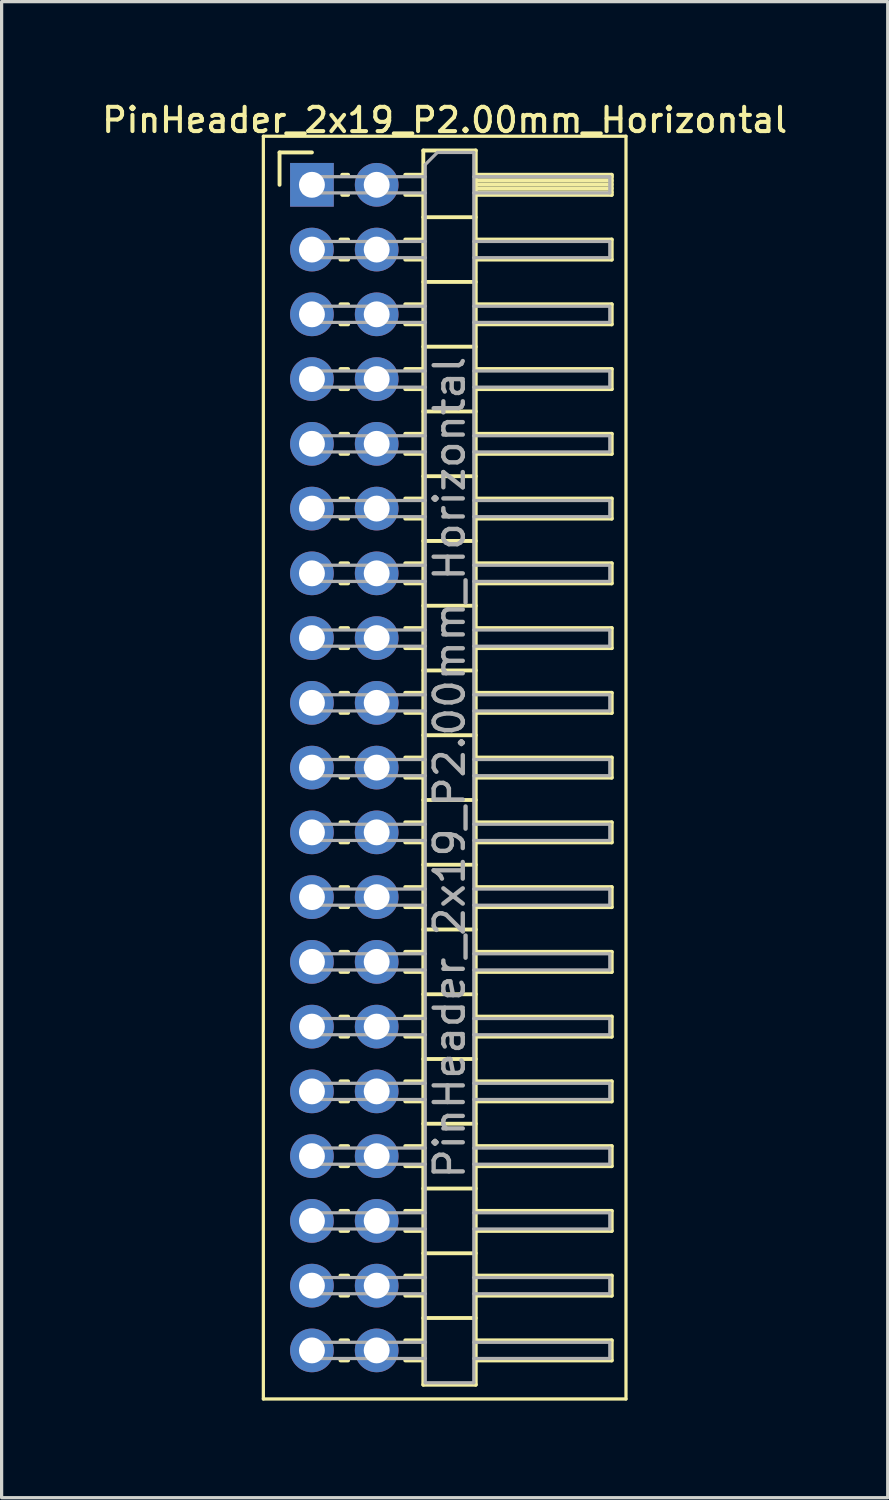
<source format=kicad_pcb>
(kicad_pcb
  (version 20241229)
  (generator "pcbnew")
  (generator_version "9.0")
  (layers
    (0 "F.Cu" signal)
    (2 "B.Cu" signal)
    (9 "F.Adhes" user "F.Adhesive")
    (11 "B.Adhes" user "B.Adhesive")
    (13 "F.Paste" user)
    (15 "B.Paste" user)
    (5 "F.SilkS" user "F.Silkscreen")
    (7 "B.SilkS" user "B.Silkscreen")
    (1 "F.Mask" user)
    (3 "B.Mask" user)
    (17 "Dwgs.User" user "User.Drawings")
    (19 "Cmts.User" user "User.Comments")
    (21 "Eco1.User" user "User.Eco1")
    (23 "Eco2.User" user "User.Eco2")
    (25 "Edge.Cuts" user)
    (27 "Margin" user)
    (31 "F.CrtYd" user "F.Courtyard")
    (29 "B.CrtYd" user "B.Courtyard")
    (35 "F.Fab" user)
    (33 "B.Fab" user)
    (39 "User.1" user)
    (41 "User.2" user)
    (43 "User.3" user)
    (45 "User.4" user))
  (footprint "PinHeader_2x19_P2.00mm_Horizontal"
    (layer "F.Cu")
    (at 6.584 2.658)
    (property "Reference" "PinHeader_2x19_P2.00mm_Horizontal" (at 4.1 -2 0) (layer "F.SilkS") (effects (font (size 0.75 0.75) (thickness 0.125))))
    (attr through_hole)
    (fp_line (start -1.5 -1.5) (end -1.5 37.5) (stroke (width 0.1) (type solid)) (layer "F.SilkS"))
    (fp_line (start -1.5 37.5) (end 9.7 37.5) (stroke (width 0.1) (type solid)) (layer "F.SilkS"))
    (fp_line (start -1 -1) (end 0 -1) (stroke (width 0.12) (type solid)) (layer "F.SilkS"))
    (fp_line (start -1 0) (end -1 -1) (stroke (width 0.12) (type solid)) (layer "F.SilkS"))
    (fp_line (start 0.882 1.69) (end 1.118 1.69) (stroke (width 0.12) (type solid)) (layer "F.SilkS"))
    (fp_line (start 0.882 2.31) (end 1.118 2.31) (stroke (width 0.12) (type solid)) (layer "F.SilkS"))
    (fp_line (start 0.882 3.69) (end 1.118 3.69) (stroke (width 0.12) (type solid)) (layer "F.SilkS"))
    (fp_line (start 0.882 4.31) (end 1.118 4.31) (stroke (width 0.12) (type solid)) (layer "F.SilkS"))
    (fp_line (start 0.882 5.69) (end 1.118 5.69) (stroke (width 0.12) (type solid)) (layer "F.SilkS"))
    (fp_line (start 0.882 6.31) (end 1.118 6.31) (stroke (width 0.12) (type solid)) (layer "F.SilkS"))
    (fp_line (start 0.882 7.69) (end 1.118 7.69) (stroke (width 0.12) (type solid)) (layer "F.SilkS"))
    (fp_line (start 0.882 8.31) (end 1.118 8.31) (stroke (width 0.12) (type solid)) (layer "F.SilkS"))
    (fp_line (start 0.882 9.69) (end 1.118 9.69) (stroke (width 0.12) (type solid)) (layer "F.SilkS"))
    (fp_line (start 0.882 10.31) (end 1.118 10.31) (stroke (width 0.12) (type solid)) (layer "F.SilkS"))
    (fp_line (start 0.882 11.69) (end 1.118 11.69) (stroke (width 0.12) (type solid)) (layer "F.SilkS"))
    (fp_line (start 0.882 12.31) (end 1.118 12.31) (stroke (width 0.12) (type solid)) (layer "F.SilkS"))
    (fp_line (start 0.882 13.69) (end 1.118 13.69) (stroke (width 0.12) (type solid)) (layer "F.SilkS"))
    (fp_line (start 0.882 14.31) (end 1.118 14.31) (stroke (width 0.12) (type solid)) (layer "F.SilkS"))
    (fp_line (start 0.882 15.69) (end 1.118 15.69) (stroke (width 0.12) (type solid)) (layer "F.SilkS"))
    (fp_line (start 0.882 16.31) (end 1.118 16.31) (stroke (width 0.12) (type solid)) (layer "F.SilkS"))
    (fp_line (start 0.882 17.69) (end 1.118 17.69) (stroke (width 0.12) (type solid)) (layer "F.SilkS"))
    (fp_line (start 0.882 18.31) (end 1.118 18.31) (stroke (width 0.12) (type solid)) (layer "F.SilkS"))
    (fp_line (start 0.882 19.69) (end 1.118 19.69) (stroke (width 0.12) (type solid)) (layer "F.SilkS"))
    (fp_line (start 0.882 20.31) (end 1.118 20.31) (stroke (width 0.12) (type solid)) (layer "F.SilkS"))
    (fp_line (start 0.882 21.69) (end 1.118 21.69) (stroke (width 0.12) (type solid)) (layer "F.SilkS"))
    (fp_line (start 0.882 22.31) (end 1.118 22.31) (stroke (width 0.12) (type solid)) (layer "F.SilkS"))
    (fp_line (start 0.882 23.69) (end 1.118 23.69) (stroke (width 0.12) (type solid)) (layer "F.SilkS"))
    (fp_line (start 0.882 24.31) (end 1.118 24.31) (stroke (width 0.12) (type solid)) (layer "F.SilkS"))
    (fp_line (start 0.882 25.69) (end 1.118 25.69) (stroke (width 0.12) (type solid)) (layer "F.SilkS"))
    (fp_line (start 0.882 26.31) (end 1.118 26.31) (stroke (width 0.12) (type solid)) (layer "F.SilkS"))
    (fp_line (start 0.882 27.69) (end 1.118 27.69) (stroke (width 0.12) (type solid)) (layer "F.SilkS"))
    (fp_line (start 0.882 28.31) (end 1.118 28.31) (stroke (width 0.12) (type solid)) (layer "F.SilkS"))
    (fp_line (start 0.882 29.69) (end 1.118 29.69) (stroke (width 0.12) (type solid)) (layer "F.SilkS"))
    (fp_line (start 0.882 30.31) (end 1.118 30.31) (stroke (width 0.12) (type solid)) (layer "F.SilkS"))
    (fp_line (start 0.882 31.69) (end 1.118 31.69) (stroke (width 0.12) (type solid)) (layer "F.SilkS"))
    (fp_line (start 0.882 32.31) (end 1.118 32.31) (stroke (width 0.12) (type solid)) (layer "F.SilkS"))
    (fp_line (start 0.882 33.69) (end 1.118 33.69) (stroke (width 0.12) (type solid)) (layer "F.SilkS"))
    (fp_line (start 0.882 34.31) (end 1.118 34.31) (stroke (width 0.12) (type solid)) (layer "F.SilkS"))
    (fp_line (start 0.882 35.69) (end 1.118 35.69) (stroke (width 0.12) (type solid)) (layer "F.SilkS"))
    (fp_line (start 0.882 36.31) (end 1.118 36.31) (stroke (width 0.12) (type solid)) (layer "F.SilkS"))
    (fp_line (start 0.935 -0.31) (end 1.118 -0.31) (stroke (width 0.12) (type solid)) (layer "F.SilkS"))
    (fp_line (start 0.935 0.31) (end 1.118 0.31) (stroke (width 0.12) (type solid)) (layer "F.SilkS"))
    (fp_line (start 2.882 -0.31) (end 3.44 -0.31) (stroke (width 0.12) (type solid)) (layer "F.SilkS"))
    (fp_line (start 2.882 0.31) (end 3.44 0.31) (stroke (width 0.12) (type solid)) (layer "F.SilkS"))
    (fp_line (start 2.882 1.69) (end 3.44 1.69) (stroke (width 0.12) (type solid)) (layer "F.SilkS"))
    (fp_line (start 2.882 2.31) (end 3.44 2.31) (stroke (width 0.12) (type solid)) (layer "F.SilkS"))
    (fp_line (start 2.882 3.69) (end 3.44 3.69) (stroke (width 0.12) (type solid)) (layer "F.SilkS"))
    (fp_line (start 2.882 4.31) (end 3.44 4.31) (stroke (width 0.12) (type solid)) (layer "F.SilkS"))
    (fp_line (start 2.882 5.69) (end 3.44 5.69) (stroke (width 0.12) (type solid)) (layer "F.SilkS"))
    (fp_line (start 2.882 6.31) (end 3.44 6.31) (stroke (width 0.12) (type solid)) (layer "F.SilkS"))
    (fp_line (start 2.882 7.69) (end 3.44 7.69) (stroke (width 0.12) (type solid)) (layer "F.SilkS"))
    (fp_line (start 2.882 8.31) (end 3.44 8.31) (stroke (width 0.12) (type solid)) (layer "F.SilkS"))
    (fp_line (start 2.882 9.69) (end 3.44 9.69) (stroke (width 0.12) (type solid)) (layer "F.SilkS"))
    (fp_line (start 2.882 10.31) (end 3.44 10.31) (stroke (width 0.12) (type solid)) (layer "F.SilkS"))
    (fp_line (start 2.882 11.69) (end 3.44 11.69) (stroke (width 0.12) (type solid)) (layer "F.SilkS"))
    (fp_line (start 2.882 12.31) (end 3.44 12.31) (stroke (width 0.12) (type solid)) (layer "F.SilkS"))
    (fp_line (start 2.882 13.69) (end 3.44 13.69) (stroke (width 0.12) (type solid)) (layer "F.SilkS"))
    (fp_line (start 2.882 14.31) (end 3.44 14.31) (stroke (width 0.12) (type solid)) (layer "F.SilkS"))
    (fp_line (start 2.882 15.69) (end 3.44 15.69) (stroke (width 0.12) (type solid)) (layer "F.SilkS"))
    (fp_line (start 2.882 16.31) (end 3.44 16.31) (stroke (width 0.12) (type solid)) (layer "F.SilkS"))
    (fp_line (start 2.882 17.69) (end 3.44 17.69) (stroke (width 0.12) (type solid)) (layer "F.SilkS"))
    (fp_line (start 2.882 18.31) (end 3.44 18.31) (stroke (width 0.12) (type solid)) (layer "F.SilkS"))
    (fp_line (start 2.882 19.69) (end 3.44 19.69) (stroke (width 0.12) (type solid)) (layer "F.SilkS"))
    (fp_line (start 2.882 20.31) (end 3.44 20.31) (stroke (width 0.12) (type solid)) (layer "F.SilkS"))
    (fp_line (start 2.882 21.69) (end 3.44 21.69) (stroke (width 0.12) (type solid)) (layer "F.SilkS"))
    (fp_line (start 2.882 22.31) (end 3.44 22.31) (stroke (width 0.12) (type solid)) (layer "F.SilkS"))
    (fp_line (start 2.882 23.69) (end 3.44 23.69) (stroke (width 0.12) (type solid)) (layer "F.SilkS"))
    (fp_line (start 2.882 24.31) (end 3.44 24.31) (stroke (width 0.12) (type solid)) (layer "F.SilkS"))
    (fp_line (start 2.882 25.69) (end 3.44 25.69) (stroke (width 0.12) (type solid)) (layer "F.SilkS"))
    (fp_line (start 2.882 26.31) (end 3.44 26.31) (stroke (width 0.12) (type solid)) (layer "F.SilkS"))
    (fp_line (start 2.882 27.69) (end 3.44 27.69) (stroke (width 0.12) (type solid)) (layer "F.SilkS"))
    (fp_line (start 2.882 28.31) (end 3.44 28.31) (stroke (width 0.12) (type solid)) (layer "F.SilkS"))
    (fp_line (start 2.882 29.69) (end 3.44 29.69) (stroke (width 0.12) (type solid)) (layer "F.SilkS"))
    (fp_line (start 2.882 30.31) (end 3.44 30.31) (stroke (width 0.12) (type solid)) (layer "F.SilkS"))
    (fp_line (start 2.882 31.69) (end 3.44 31.69) (stroke (width 0.12) (type solid)) (layer "F.SilkS"))
    (fp_line (start 2.882 32.31) (end 3.44 32.31) (stroke (width 0.12) (type solid)) (layer "F.SilkS"))
    (fp_line (start 2.882 33.69) (end 3.44 33.69) (stroke (width 0.12) (type solid)) (layer "F.SilkS"))
    (fp_line (start 2.882 34.31) (end 3.44 34.31) (stroke (width 0.12) (type solid)) (layer "F.SilkS"))
    (fp_line (start 2.882 35.69) (end 3.44 35.69) (stroke (width 0.12) (type solid)) (layer "F.SilkS"))
    (fp_line (start 2.882 36.31) (end 3.44 36.31) (stroke (width 0.12) (type solid)) (layer "F.SilkS"))
    (fp_line (start 3.44 -1.06) (end 3.44 37.06) (stroke (width 0.12) (type solid)) (layer "F.SilkS"))
    (fp_line (start 3.44 1) (end 5.06 1) (stroke (width 0.12) (type solid)) (layer "F.SilkS"))
    (fp_line (start 3.44 3) (end 5.06 3) (stroke (width 0.12) (type solid)) (layer "F.SilkS"))
    (fp_line (start 3.44 5) (end 5.06 5) (stroke (width 0.12) (type solid)) (layer "F.SilkS"))
    (fp_line (start 3.44 7) (end 5.06 7) (stroke (width 0.12) (type solid)) (layer "F.SilkS"))
    (fp_line (start 3.44 9) (end 5.06 9) (stroke (width 0.12) (type solid)) (layer "F.SilkS"))
    (fp_line (start 3.44 11) (end 5.06 11) (stroke (width 0.12) (type solid)) (layer "F.SilkS"))
    (fp_line (start 3.44 13) (end 5.06 13) (stroke (width 0.12) (type solid)) (layer "F.SilkS"))
    (fp_line (start 3.44 15) (end 5.06 15) (stroke (width 0.12) (type solid)) (layer "F.SilkS"))
    (fp_line (start 3.44 17) (end 5.06 17) (stroke (width 0.12) (type solid)) (layer "F.SilkS"))
    (fp_line (start 3.44 19) (end 5.06 19) (stroke (width 0.12) (type solid)) (layer "F.SilkS"))
    (fp_line (start 3.44 21) (end 5.06 21) (stroke (width 0.12) (type solid)) (layer "F.SilkS"))
    (fp_line (start 3.44 23) (end 5.06 23) (stroke (width 0.12) (type solid)) (layer "F.SilkS"))
    (fp_line (start 3.44 25) (end 5.06 25) (stroke (width 0.12) (type solid)) (layer "F.SilkS"))
    (fp_line (start 3.44 27) (end 5.06 27) (stroke (width 0.12) (type solid)) (layer "F.SilkS"))
    (fp_line (start 3.44 29) (end 5.06 29) (stroke (width 0.12) (type solid)) (layer "F.SilkS"))
    (fp_line (start 3.44 31) (end 5.06 31) (stroke (width 0.12) (type solid)) (layer "F.SilkS"))
    (fp_line (start 3.44 33) (end 5.06 33) (stroke (width 0.12) (type solid)) (layer "F.SilkS"))
    (fp_line (start 3.44 35) (end 5.06 35) (stroke (width 0.12) (type solid)) (layer "F.SilkS"))
    (fp_line (start 3.44 37.06) (end 5.06 37.06) (stroke (width 0.12) (type solid)) (layer "F.SilkS"))
    (fp_line (start 5.06 -1.06) (end 3.44 -1.06) (stroke (width 0.12) (type solid)) (layer "F.SilkS"))
    (fp_line (start 5.06 -0.31) (end 9.26 -0.31) (stroke (width 0.12) (type solid)) (layer "F.SilkS"))
    (fp_line (start 5.06 -0.25) (end 9.26 -0.25) (stroke (width 0.12) (type solid)) (layer "F.SilkS"))
    (fp_line (start 5.06 -0.13) (end 9.26 -0.13) (stroke (width 0.12) (type solid)) (layer "F.SilkS"))
    (fp_line (start 5.06 -0.01) (end 9.26 -0.01) (stroke (width 0.12) (type solid)) (layer "F.SilkS"))
    (fp_line (start 5.06 0.11) (end 9.26 0.11) (stroke (width 0.12) (type solid)) (layer "F.SilkS"))
    (fp_line (start 5.06 0.23) (end 9.26 0.23) (stroke (width 0.12) (type solid)) (layer "F.SilkS"))
    (fp_line (start 5.06 1.69) (end 9.26 1.69) (stroke (width 0.12) (type solid)) (layer "F.SilkS"))
    (fp_line (start 5.06 3.69) (end 9.26 3.69) (stroke (width 0.12) (type solid)) (layer "F.SilkS"))
    (fp_line (start 5.06 5.69) (end 9.26 5.69) (stroke (width 0.12) (type solid)) (layer "F.SilkS"))
    (fp_line (start 5.06 7.69) (end 9.26 7.69) (stroke (width 0.12) (type solid)) (layer "F.SilkS"))
    (fp_line (start 5.06 9.69) (end 9.26 9.69) (stroke (width 0.12) (type solid)) (layer "F.SilkS"))
    (fp_line (start 5.06 11.69) (end 9.26 11.69) (stroke (width 0.12) (type solid)) (layer "F.SilkS"))
    (fp_line (start 5.06 13.69) (end 9.26 13.69) (stroke (width 0.12) (type solid)) (layer "F.SilkS"))
    (fp_line (start 5.06 15.69) (end 9.26 15.69) (stroke (width 0.12) (type solid)) (layer "F.SilkS"))
    (fp_line (start 5.06 17.69) (end 9.26 17.69) (stroke (width 0.12) (type solid)) (layer "F.SilkS"))
    (fp_line (start 5.06 19.69) (end 9.26 19.69) (stroke (width 0.12) (type solid)) (layer "F.SilkS"))
    (fp_line (start 5.06 21.69) (end 9.26 21.69) (stroke (width 0.12) (type solid)) (layer "F.SilkS"))
    (fp_line (start 5.06 23.69) (end 9.26 23.69) (stroke (width 0.12) (type solid)) (layer "F.SilkS"))
    (fp_line (start 5.06 25.69) (end 9.26 25.69) (stroke (width 0.12) (type solid)) (layer "F.SilkS"))
    (fp_line (start 5.06 27.69) (end 9.26 27.69) (stroke (width 0.12) (type solid)) (layer "F.SilkS"))
    (fp_line (start 5.06 29.69) (end 9.26 29.69) (stroke (width 0.12) (type solid)) (layer "F.SilkS"))
    (fp_line (start 5.06 31.69) (end 9.26 31.69) (stroke (width 0.12) (type solid)) (layer "F.SilkS"))
    (fp_line (start 5.06 33.69) (end 9.26 33.69) (stroke (width 0.12) (type solid)) (layer "F.SilkS"))
    (fp_line (start 5.06 35.69) (end 9.26 35.69) (stroke (width 0.12) (type solid)) (layer "F.SilkS"))
    (fp_line (start 5.06 37.06) (end 5.06 -1.06) (stroke (width 0.12) (type solid)) (layer "F.SilkS"))
    (fp_line (start 9.26 -0.31) (end 9.26 0.31) (stroke (width 0.12) (type solid)) (layer "F.SilkS"))
    (fp_line (start 9.26 0.31) (end 5.06 0.31) (stroke (width 0.12) (type solid)) (layer "F.SilkS"))
    (fp_line (start 9.26 1.69) (end 9.26 2.31) (stroke (width 0.12) (type solid)) (layer "F.SilkS"))
    (fp_line (start 9.26 2.31) (end 5.06 2.31) (stroke (width 0.12) (type solid)) (layer "F.SilkS"))
    (fp_line (start 9.26 3.69) (end 9.26 4.31) (stroke (width 0.12) (type solid)) (layer "F.SilkS"))
    (fp_line (start 9.26 4.31) (end 5.06 4.31) (stroke (width 0.12) (type solid)) (layer "F.SilkS"))
    (fp_line (start 9.26 5.69) (end 9.26 6.31) (stroke (width 0.12) (type solid)) (layer "F.SilkS"))
    (fp_line (start 9.26 6.31) (end 5.06 6.31) (stroke (width 0.12) (type solid)) (layer "F.SilkS"))
    (fp_line (start 9.26 7.69) (end 9.26 8.31) (stroke (width 0.12) (type solid)) (layer "F.SilkS"))
    (fp_line (start 9.26 8.31) (end 5.06 8.31) (stroke (width 0.12) (type solid)) (layer "F.SilkS"))
    (fp_line (start 9.26 9.69) (end 9.26 10.31) (stroke (width 0.12) (type solid)) (layer "F.SilkS"))
    (fp_line (start 9.26 10.31) (end 5.06 10.31) (stroke (width 0.12) (type solid)) (layer "F.SilkS"))
    (fp_line (start 9.26 11.69) (end 9.26 12.31) (stroke (width 0.12) (type solid)) (layer "F.SilkS"))
    (fp_line (start 9.26 12.31) (end 5.06 12.31) (stroke (width 0.12) (type solid)) (layer "F.SilkS"))
    (fp_line (start 9.26 13.69) (end 9.26 14.31) (stroke (width 0.12) (type solid)) (layer "F.SilkS"))
    (fp_line (start 9.26 14.31) (end 5.06 14.31) (stroke (width 0.12) (type solid)) (layer "F.SilkS"))
    (fp_line (start 9.26 15.69) (end 9.26 16.31) (stroke (width 0.12) (type solid)) (layer "F.SilkS"))
    (fp_line (start 9.26 16.31) (end 5.06 16.31) (stroke (width 0.12) (type solid)) (layer "F.SilkS"))
    (fp_line (start 9.26 17.69) (end 9.26 18.31) (stroke (width 0.12) (type solid)) (layer "F.SilkS"))
    (fp_line (start 9.26 18.31) (end 5.06 18.31) (stroke (width 0.12) (type solid)) (layer "F.SilkS"))
    (fp_line (start 9.26 19.69) (end 9.26 20.31) (stroke (width 0.12) (type solid)) (layer "F.SilkS"))
    (fp_line (start 9.26 20.31) (end 5.06 20.31) (stroke (width 0.12) (type solid)) (layer "F.SilkS"))
    (fp_line (start 9.26 21.69) (end 9.26 22.31) (stroke (width 0.12) (type solid)) (layer "F.SilkS"))
    (fp_line (start 9.26 22.31) (end 5.06 22.31) (stroke (width 0.12) (type solid)) (layer "F.SilkS"))
    (fp_line (start 9.26 23.69) (end 9.26 24.31) (stroke (width 0.12) (type solid)) (layer "F.SilkS"))
    (fp_line (start 9.26 24.31) (end 5.06 24.31) (stroke (width 0.12) (type solid)) (layer "F.SilkS"))
    (fp_line (start 9.26 25.69) (end 9.26 26.31) (stroke (width 0.12) (type solid)) (layer "F.SilkS"))
    (fp_line (start 9.26 26.31) (end 5.06 26.31) (stroke (width 0.12) (type solid)) (layer "F.SilkS"))
    (fp_line (start 9.26 27.69) (end 9.26 28.31) (stroke (width 0.12) (type solid)) (layer "F.SilkS"))
    (fp_line (start 9.26 28.31) (end 5.06 28.31) (stroke (width 0.12) (type solid)) (layer "F.SilkS"))
    (fp_line (start 9.26 29.69) (end 9.26 30.31) (stroke (width 0.12) (type solid)) (layer "F.SilkS"))
    (fp_line (start 9.26 30.31) (end 5.06 30.31) (stroke (width 0.12) (type solid)) (layer "F.SilkS"))
    (fp_line (start 9.26 31.69) (end 9.26 32.31) (stroke (width 0.12) (type solid)) (layer "F.SilkS"))
    (fp_line (start 9.26 32.31) (end 5.06 32.31) (stroke (width 0.12) (type solid)) (layer "F.SilkS"))
    (fp_line (start 9.26 33.69) (end 9.26 34.31) (stroke (width 0.12) (type solid)) (layer "F.SilkS"))
    (fp_line (start 9.26 34.31) (end 5.06 34.31) (stroke (width 0.12) (type solid)) (layer "F.SilkS"))
    (fp_line (start 9.26 35.69) (end 9.26 36.31) (stroke (width 0.12) (type solid)) (layer "F.SilkS"))
    (fp_line (start 9.26 36.31) (end 5.06 36.31) (stroke (width 0.12) (type solid)) (layer "F.SilkS"))
    (fp_line (start 9.7 -1.5) (end -1.5 -1.5) (stroke (width 0.1) (type solid)) (layer "F.SilkS"))
    (fp_line (start 9.7 37.5) (end 9.7 -1.5) (stroke (width 0.1) (type solid)) (layer "F.SilkS"))
    (fp_line (start -0.25 -0.25) (end -0.25 0.25) (stroke (width 0.1) (type solid)) (layer "F.Fab"))
    (fp_line (start -0.25 -0.25) (end 3.5 -0.25) (stroke (width 0.1) (type solid)) (layer "F.Fab"))
    (fp_line (start -0.25 0.25) (end 3.5 0.25) (stroke (width 0.1) (type solid)) (layer "F.Fab"))
    (fp_line (start -0.25 1.75) (end -0.25 2.25) (stroke (width 0.1) (type solid)) (layer "F.Fab"))
    (fp_line (start -0.25 1.75) (end 3.5 1.75) (stroke (width 0.1) (type solid)) (layer "F.Fab"))
    (fp_line (start -0.25 2.25) (end 3.5 2.25) (stroke (width 0.1) (type solid)) (layer "F.Fab"))
    (fp_line (start -0.25 3.75) (end -0.25 4.25) (stroke (width 0.1) (type solid)) (layer "F.Fab"))
    (fp_line (start -0.25 3.75) (end 3.5 3.75) (stroke (width 0.1) (type solid)) (layer "F.Fab"))
    (fp_line (start -0.25 4.25) (end 3.5 4.25) (stroke (width 0.1) (type solid)) (layer "F.Fab"))
    (fp_line (start -0.25 5.75) (end -0.25 6.25) (stroke (width 0.1) (type solid)) (layer "F.Fab"))
    (fp_line (start -0.25 5.75) (end 3.5 5.75) (stroke (width 0.1) (type solid)) (layer "F.Fab"))
    (fp_line (start -0.25 6.25) (end 3.5 6.25) (stroke (width 0.1) (type solid)) (layer "F.Fab"))
    (fp_line (start -0.25 7.75) (end -0.25 8.25) (stroke (width 0.1) (type solid)) (layer "F.Fab"))
    (fp_line (start -0.25 7.75) (end 3.5 7.75) (stroke (width 0.1) (type solid)) (layer "F.Fab"))
    (fp_line (start -0.25 8.25) (end 3.5 8.25) (stroke (width 0.1) (type solid)) (layer "F.Fab"))
    (fp_line (start -0.25 9.75) (end -0.25 10.25) (stroke (width 0.1) (type solid)) (layer "F.Fab"))
    (fp_line (start -0.25 9.75) (end 3.5 9.75) (stroke (width 0.1) (type solid)) (layer "F.Fab"))
    (fp_line (start -0.25 10.25) (end 3.5 10.25) (stroke (width 0.1) (type solid)) (layer "F.Fab"))
    (fp_line (start -0.25 11.75) (end -0.25 12.25) (stroke (width 0.1) (type solid)) (layer "F.Fab"))
    (fp_line (start -0.25 11.75) (end 3.5 11.75) (stroke (width 0.1) (type solid)) (layer "F.Fab"))
    (fp_line (start -0.25 12.25) (end 3.5 12.25) (stroke (width 0.1) (type solid)) (layer "F.Fab"))
    (fp_line (start -0.25 13.75) (end -0.25 14.25) (stroke (width 0.1) (type solid)) (layer "F.Fab"))
    (fp_line (start -0.25 13.75) (end 3.5 13.75) (stroke (width 0.1) (type solid)) (layer "F.Fab"))
    (fp_line (start -0.25 14.25) (end 3.5 14.25) (stroke (width 0.1) (type solid)) (layer "F.Fab"))
    (fp_line (start -0.25 15.75) (end -0.25 16.25) (stroke (width 0.1) (type solid)) (layer "F.Fab"))
    (fp_line (start -0.25 15.75) (end 3.5 15.75) (stroke (width 0.1) (type solid)) (layer "F.Fab"))
    (fp_line (start -0.25 16.25) (end 3.5 16.25) (stroke (width 0.1) (type solid)) (layer "F.Fab"))
    (fp_line (start -0.25 17.75) (end -0.25 18.25) (stroke (width 0.1) (type solid)) (layer "F.Fab"))
    (fp_line (start -0.25 17.75) (end 3.5 17.75) (stroke (width 0.1) (type solid)) (layer "F.Fab"))
    (fp_line (start -0.25 18.25) (end 3.5 18.25) (stroke (width 0.1) (type solid)) (layer "F.Fab"))
    (fp_line (start -0.25 19.75) (end -0.25 20.25) (stroke (width 0.1) (type solid)) (layer "F.Fab"))
    (fp_line (start -0.25 19.75) (end 3.5 19.75) (stroke (width 0.1) (type solid)) (layer "F.Fab"))
    (fp_line (start -0.25 20.25) (end 3.5 20.25) (stroke (width 0.1) (type solid)) (layer "F.Fab"))
    (fp_line (start -0.25 21.75) (end -0.25 22.25) (stroke (width 0.1) (type solid)) (layer "F.Fab"))
    (fp_line (start -0.25 21.75) (end 3.5 21.75) (stroke (width 0.1) (type solid)) (layer "F.Fab"))
    (fp_line (start -0.25 22.25) (end 3.5 22.25) (stroke (width 0.1) (type solid)) (layer "F.Fab"))
    (fp_line (start -0.25 23.75) (end -0.25 24.25) (stroke (width 0.1) (type solid)) (layer "F.Fab"))
    (fp_line (start -0.25 23.75) (end 3.5 23.75) (stroke (width 0.1) (type solid)) (layer "F.Fab"))
    (fp_line (start -0.25 24.25) (end 3.5 24.25) (stroke (width 0.1) (type solid)) (layer "F.Fab"))
    (fp_line (start -0.25 25.75) (end -0.25 26.25) (stroke (width 0.1) (type solid)) (layer "F.Fab"))
    (fp_line (start -0.25 25.75) (end 3.5 25.75) (stroke (width 0.1) (type solid)) (layer "F.Fab"))
    (fp_line (start -0.25 26.25) (end 3.5 26.25) (stroke (width 0.1) (type solid)) (layer "F.Fab"))
    (fp_line (start -0.25 27.75) (end -0.25 28.25) (stroke (width 0.1) (type solid)) (layer "F.Fab"))
    (fp_line (start -0.25 27.75) (end 3.5 27.75) (stroke (width 0.1) (type solid)) (layer "F.Fab"))
    (fp_line (start -0.25 28.25) (end 3.5 28.25) (stroke (width 0.1) (type solid)) (layer "F.Fab"))
    (fp_line (start -0.25 29.75) (end -0.25 30.25) (stroke (width 0.1) (type solid)) (layer "F.Fab"))
    (fp_line (start -0.25 29.75) (end 3.5 29.75) (stroke (width 0.1) (type solid)) (layer "F.Fab"))
    (fp_line (start -0.25 30.25) (end 3.5 30.25) (stroke (width 0.1) (type solid)) (layer "F.Fab"))
    (fp_line (start -0.25 31.75) (end -0.25 32.25) (stroke (width 0.1) (type solid)) (layer "F.Fab"))
    (fp_line (start -0.25 31.75) (end 3.5 31.75) (stroke (width 0.1) (type solid)) (layer "F.Fab"))
    (fp_line (start -0.25 32.25) (end 3.5 32.25) (stroke (width 0.1) (type solid)) (layer "F.Fab"))
    (fp_line (start -0.25 33.75) (end -0.25 34.25) (stroke (width 0.1) (type solid)) (layer "F.Fab"))
    (fp_line (start -0.25 33.75) (end 3.5 33.75) (stroke (width 0.1) (type solid)) (layer "F.Fab"))
    (fp_line (start -0.25 34.25) (end 3.5 34.25) (stroke (width 0.1) (type solid)) (layer "F.Fab"))
    (fp_line (start -0.25 35.75) (end -0.25 36.25) (stroke (width 0.1) (type solid)) (layer "F.Fab"))
    (fp_line (start -0.25 35.75) (end 3.5 35.75) (stroke (width 0.1) (type solid)) (layer "F.Fab"))
    (fp_line (start -0.25 36.25) (end 3.5 36.25) (stroke (width 0.1) (type solid)) (layer "F.Fab"))
    (fp_line (start 3.5 -0.625) (end 3.875 -1) (stroke (width 0.1) (type solid)) (layer "F.Fab"))
    (fp_line (start 3.5 37) (end 3.5 -0.625) (stroke (width 0.1) (type solid)) (layer "F.Fab"))
    (fp_line (start 3.875 -1) (end 5 -1) (stroke (width 0.1) (type solid)) (layer "F.Fab"))
    (fp_line (start 5 -1) (end 5 37) (stroke (width 0.1) (type solid)) (layer "F.Fab"))
    (fp_line (start 5 -0.25) (end 9.2 -0.25) (stroke (width 0.1) (type solid)) (layer "F.Fab"))
    (fp_line (start 5 0.25) (end 9.2 0.25) (stroke (width 0.1) (type solid)) (layer "F.Fab"))
    (fp_line (start 5 1.75) (end 9.2 1.75) (stroke (width 0.1) (type solid)) (layer "F.Fab"))
    (fp_line (start 5 2.25) (end 9.2 2.25) (stroke (width 0.1) (type solid)) (layer "F.Fab"))
    (fp_line (start 5 3.75) (end 9.2 3.75) (stroke (width 0.1) (type solid)) (layer "F.Fab"))
    (fp_line (start 5 4.25) (end 9.2 4.25) (stroke (width 0.1) (type solid)) (layer "F.Fab"))
    (fp_line (start 5 5.75) (end 9.2 5.75) (stroke (width 0.1) (type solid)) (layer "F.Fab"))
    (fp_line (start 5 6.25) (end 9.2 6.25) (stroke (width 0.1) (type solid)) (layer "F.Fab"))
    (fp_line (start 5 7.75) (end 9.2 7.75) (stroke (width 0.1) (type solid)) (layer "F.Fab"))
    (fp_line (start 5 8.25) (end 9.2 8.25) (stroke (width 0.1) (type solid)) (layer "F.Fab"))
    (fp_line (start 5 9.75) (end 9.2 9.75) (stroke (width 0.1) (type solid)) (layer "F.Fab"))
    (fp_line (start 5 10.25) (end 9.2 10.25) (stroke (width 0.1) (type solid)) (layer "F.Fab"))
    (fp_line (start 5 11.75) (end 9.2 11.75) (stroke (width 0.1) (type solid)) (layer "F.Fab"))
    (fp_line (start 5 12.25) (end 9.2 12.25) (stroke (width 0.1) (type solid)) (layer "F.Fab"))
    (fp_line (start 5 13.75) (end 9.2 13.75) (stroke (width 0.1) (type solid)) (layer "F.Fab"))
    (fp_line (start 5 14.25) (end 9.2 14.25) (stroke (width 0.1) (type solid)) (layer "F.Fab"))
    (fp_line (start 5 15.75) (end 9.2 15.75) (stroke (width 0.1) (type solid)) (layer "F.Fab"))
    (fp_line (start 5 16.25) (end 9.2 16.25) (stroke (width 0.1) (type solid)) (layer "F.Fab"))
    (fp_line (start 5 17.75) (end 9.2 17.75) (stroke (width 0.1) (type solid)) (layer "F.Fab"))
    (fp_line (start 5 18.25) (end 9.2 18.25) (stroke (width 0.1) (type solid)) (layer "F.Fab"))
    (fp_line (start 5 19.75) (end 9.2 19.75) (stroke (width 0.1) (type solid)) (layer "F.Fab"))
    (fp_line (start 5 20.25) (end 9.2 20.25) (stroke (width 0.1) (type solid)) (layer "F.Fab"))
    (fp_line (start 5 21.75) (end 9.2 21.75) (stroke (width 0.1) (type solid)) (layer "F.Fab"))
    (fp_line (start 5 22.25) (end 9.2 22.25) (stroke (width 0.1) (type solid)) (layer "F.Fab"))
    (fp_line (start 5 23.75) (end 9.2 23.75) (stroke (width 0.1) (type solid)) (layer "F.Fab"))
    (fp_line (start 5 24.25) (end 9.2 24.25) (stroke (width 0.1) (type solid)) (layer "F.Fab"))
    (fp_line (start 5 25.75) (end 9.2 25.75) (stroke (width 0.1) (type solid)) (layer "F.Fab"))
    (fp_line (start 5 26.25) (end 9.2 26.25) (stroke (width 0.1) (type solid)) (layer "F.Fab"))
    (fp_line (start 5 27.75) (end 9.2 27.75) (stroke (width 0.1) (type solid)) (layer "F.Fab"))
    (fp_line (start 5 28.25) (end 9.2 28.25) (stroke (width 0.1) (type solid)) (layer "F.Fab"))
    (fp_line (start 5 29.75) (end 9.2 29.75) (stroke (width 0.1) (type solid)) (layer "F.Fab"))
    (fp_line (start 5 30.25) (end 9.2 30.25) (stroke (width 0.1) (type solid)) (layer "F.Fab"))
    (fp_line (start 5 31.75) (end 9.2 31.75) (stroke (width 0.1) (type solid)) (layer "F.Fab"))
    (fp_line (start 5 32.25) (end 9.2 32.25) (stroke (width 0.1) (type solid)) (layer "F.Fab"))
    (fp_line (start 5 33.75) (end 9.2 33.75) (stroke (width 0.1) (type solid)) (layer "F.Fab"))
    (fp_line (start 5 34.25) (end 9.2 34.25) (stroke (width 0.1) (type solid)) (layer "F.Fab"))
    (fp_line (start 5 35.75) (end 9.2 35.75) (stroke (width 0.1) (type solid)) (layer "F.Fab"))
    (fp_line (start 5 36.25) (end 9.2 36.25) (stroke (width 0.1) (type solid)) (layer "F.Fab"))
    (fp_line (start 5 37) (end 3.5 37) (stroke (width 0.1) (type solid)) (layer "F.Fab"))
    (fp_line (start 9.2 -0.25) (end 9.2 0.25) (stroke (width 0.1) (type solid)) (layer "F.Fab"))
    (fp_line (start 9.2 1.75) (end 9.2 2.25) (stroke (width 0.1) (type solid)) (layer "F.Fab"))
    (fp_line (start 9.2 3.75) (end 9.2 4.25) (stroke (width 0.1) (type solid)) (layer "F.Fab"))
    (fp_line (start 9.2 5.75) (end 9.2 6.25) (stroke (width 0.1) (type solid)) (layer "F.Fab"))
    (fp_line (start 9.2 7.75) (end 9.2 8.25) (stroke (width 0.1) (type solid)) (layer "F.Fab"))
    (fp_line (start 9.2 9.75) (end 9.2 10.25) (stroke (width 0.1) (type solid)) (layer "F.Fab"))
    (fp_line (start 9.2 11.75) (end 9.2 12.25) (stroke (width 0.1) (type solid)) (layer "F.Fab"))
    (fp_line (start 9.2 13.75) (end 9.2 14.25) (stroke (width 0.1) (type solid)) (layer "F.Fab"))
    (fp_line (start 9.2 15.75) (end 9.2 16.25) (stroke (width 0.1) (type solid)) (layer "F.Fab"))
    (fp_line (start 9.2 17.75) (end 9.2 18.25) (stroke (width 0.1) (type solid)) (layer "F.Fab"))
    (fp_line (start 9.2 19.75) (end 9.2 20.25) (stroke (width 0.1) (type solid)) (layer "F.Fab"))
    (fp_line (start 9.2 21.75) (end 9.2 22.25) (stroke (width 0.1) (type solid)) (layer "F.Fab"))
    (fp_line (start 9.2 23.75) (end 9.2 24.25) (stroke (width 0.1) (type solid)) (layer "F.Fab"))
    (fp_line (start 9.2 25.75) (end 9.2 26.25) (stroke (width 0.1) (type solid)) (layer "F.Fab"))
    (fp_line (start 9.2 27.75) (end 9.2 28.25) (stroke (width 0.1) (type solid)) (layer "F.Fab"))
    (fp_line (start 9.2 29.75) (end 9.2 30.25) (stroke (width 0.1) (type solid)) (layer "F.Fab"))
    (fp_line (start 9.2 31.75) (end 9.2 32.25) (stroke (width 0.1) (type solid)) (layer "F.Fab"))
    (fp_line (start 9.2 33.75) (end 9.2 34.25) (stroke (width 0.1) (type solid)) (layer "F.Fab"))
    (fp_line (start 9.2 35.75) (end 9.2 36.25) (stroke (width 0.1) (type solid)) (layer "F.Fab"))
    (fp_text user "${REFERENCE}" (at 4.25 18 90) (layer "F.Fab") (effects (font (size 0.9 0.9) (thickness 0.135))))
    (pad "1" thru_hole rect (at 0 0) (size 1.35 1.35) (drill 0.8) (layers "*.Cu" "*.Mask"))
    (pad "2" thru_hole oval (at 2 0) (size 1.35 1.35) (drill 0.8) (layers "*.Cu" "*.Mask"))
    (pad "3" thru_hole oval (at 0 2) (size 1.35 1.35) (drill 0.8) (layers "*.Cu" "*.Mask"))
    (pad "4" thru_hole oval (at 2 2) (size 1.35 1.35) (drill 0.8) (layers "*.Cu" "*.Mask"))
    (pad "5" thru_hole oval (at 0 4) (size 1.35 1.35) (drill 0.8) (layers "*.Cu" "*.Mask"))
    (pad "6" thru_hole oval (at 2 4) (size 1.35 1.35) (drill 0.8) (layers "*.Cu" "*.Mask"))
    (pad "7" thru_hole oval (at 0 6) (size 1.35 1.35) (drill 0.8) (layers "*.Cu" "*.Mask"))
    (pad "8" thru_hole oval (at 2 6) (size 1.35 1.35) (drill 0.8) (layers "*.Cu" "*.Mask"))
    (pad "9" thru_hole oval (at 0 8) (size 1.35 1.35) (drill 0.8) (layers "*.Cu" "*.Mask"))
    (pad "10" thru_hole oval (at 2 8) (size 1.35 1.35) (drill 0.8) (layers "*.Cu" "*.Mask"))
    (pad "11" thru_hole oval (at 0 10) (size 1.35 1.35) (drill 0.8) (layers "*.Cu" "*.Mask"))
    (pad "12" thru_hole oval (at 2 10) (size 1.35 1.35) (drill 0.8) (layers "*.Cu" "*.Mask"))
    (pad "13" thru_hole oval (at 0 12) (size 1.35 1.35) (drill 0.8) (layers "*.Cu" "*.Mask"))
    (pad "14" thru_hole oval (at 2 12) (size 1.35 1.35) (drill 0.8) (layers "*.Cu" "*.Mask"))
    (pad "15" thru_hole oval (at 0 14) (size 1.35 1.35) (drill 0.8) (layers "*.Cu" "*.Mask"))
    (pad "16" thru_hole oval (at 2 14) (size 1.35 1.35) (drill 0.8) (layers "*.Cu" "*.Mask"))
    (pad "17" thru_hole oval (at 0 16) (size 1.35 1.35) (drill 0.8) (layers "*.Cu" "*.Mask"))
    (pad "18" thru_hole oval (at 2 16) (size 1.35 1.35) (drill 0.8) (layers "*.Cu" "*.Mask"))
    (pad "19" thru_hole oval (at 0 18) (size 1.35 1.35) (drill 0.8) (layers "*.Cu" "*.Mask"))
    (pad "20" thru_hole oval (at 2 18) (size 1.35 1.35) (drill 0.8) (layers "*.Cu" "*.Mask"))
    (pad "21" thru_hole oval (at 0 20) (size 1.35 1.35) (drill 0.8) (layers "*.Cu" "*.Mask"))
    (pad "22" thru_hole oval (at 2 20) (size 1.35 1.35) (drill 0.8) (layers "*.Cu" "*.Mask"))
    (pad "23" thru_hole oval (at 0 22) (size 1.35 1.35) (drill 0.8) (layers "*.Cu" "*.Mask"))
    (pad "24" thru_hole oval (at 2 22) (size 1.35 1.35) (drill 0.8) (layers "*.Cu" "*.Mask"))
    (pad "25" thru_hole oval (at 0 24) (size 1.35 1.35) (drill 0.8) (layers "*.Cu" "*.Mask"))
    (pad "26" thru_hole oval (at 2 24) (size 1.35 1.35) (drill 0.8) (layers "*.Cu" "*.Mask"))
    (pad "27" thru_hole oval (at 0 26) (size 1.35 1.35) (drill 0.8) (layers "*.Cu" "*.Mask"))
    (pad "28" thru_hole oval (at 2 26) (size 1.35 1.35) (drill 0.8) (layers "*.Cu" "*.Mask"))
    (pad "29" thru_hole oval (at 0 28) (size 1.35 1.35) (drill 0.8) (layers "*.Cu" "*.Mask"))
    (pad "30" thru_hole oval (at 2 28) (size 1.35 1.35) (drill 0.8) (layers "*.Cu" "*.Mask"))
    (pad "31" thru_hole oval (at 0 30) (size 1.35 1.35) (drill 0.8) (layers "*.Cu" "*.Mask"))
    (pad "32" thru_hole oval (at 2 30) (size 1.35 1.35) (drill 0.8) (layers "*.Cu" "*.Mask"))
    (pad "33" thru_hole oval (at 0 32) (size 1.35 1.35) (drill 0.8) (layers "*.Cu" "*.Mask"))
    (pad "34" thru_hole oval (at 2 32) (size 1.35 1.35) (drill 0.8) (layers "*.Cu" "*.Mask"))
    (pad "35" thru_hole oval (at 0 34) (size 1.35 1.35) (drill 0.8) (layers "*.Cu" "*.Mask"))
    (pad "36" thru_hole oval (at 2 34) (size 1.35 1.35) (drill 0.8) (layers "*.Cu" "*.Mask"))
    (pad "37" thru_hole oval (at 0 36) (size 1.35 1.35) (drill 0.8) (layers "*.Cu" "*.Mask"))
    (pad "38" thru_hole oval (at 2 36) (size 1.35 1.35) (drill 0.8) (layers "*.Cu" "*.Mask")))
  (gr_rect
    (start -3 -3)
    (end 24.368 43.208)
    (stroke (width 0.1) (type default))
    (fill no)
    (layer "Edge.Cuts")))
</source>
